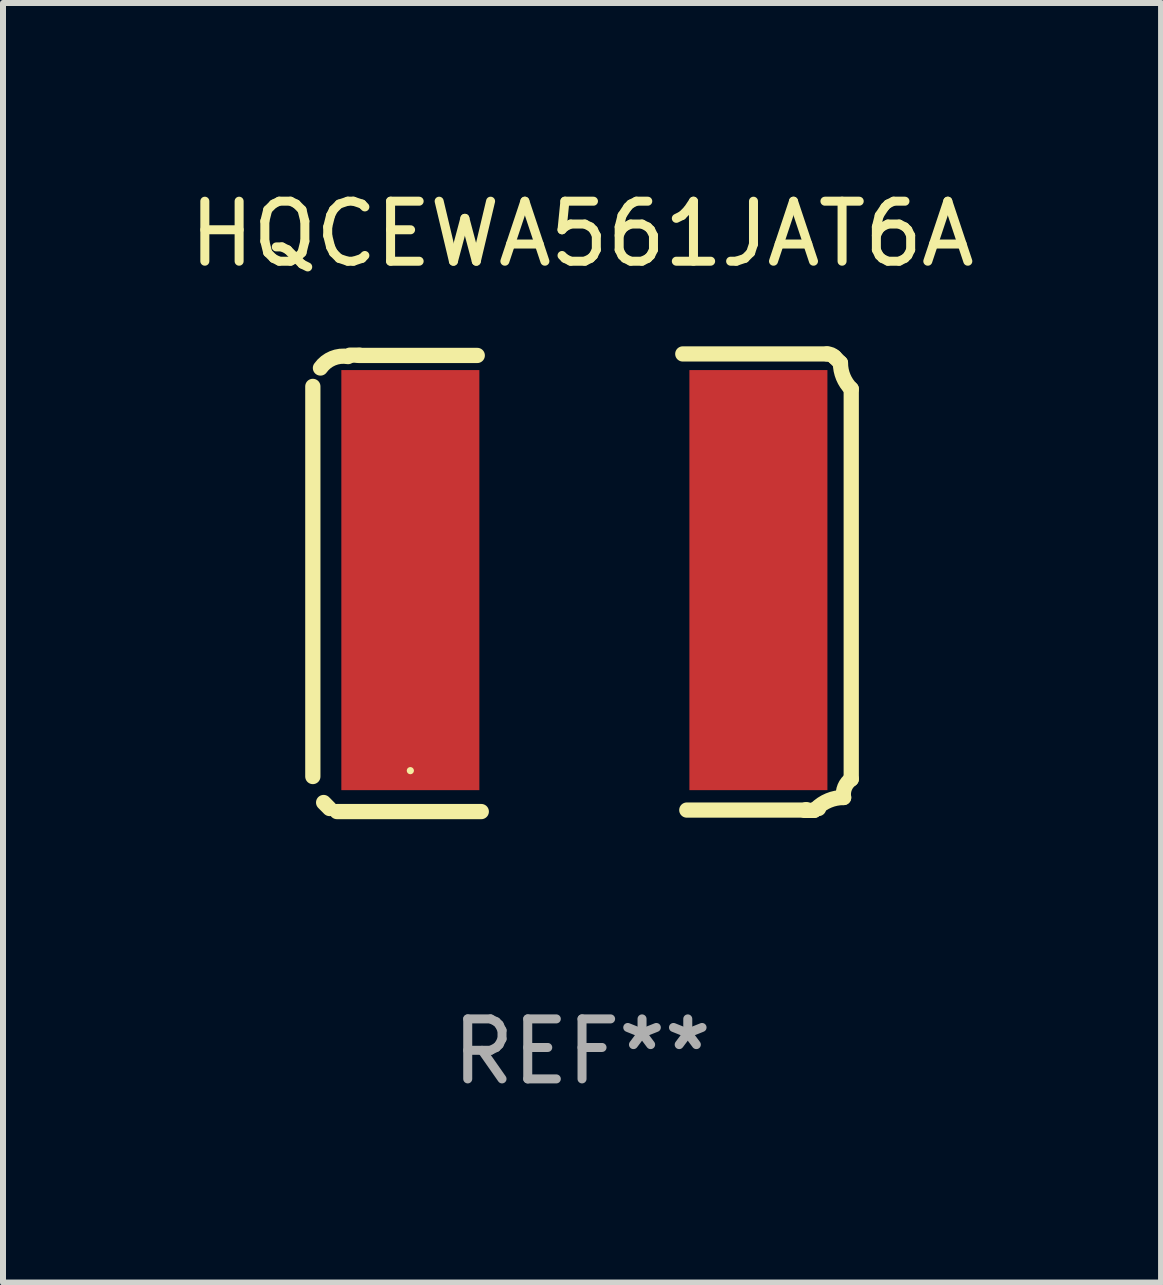
<source format=kicad_pcb>
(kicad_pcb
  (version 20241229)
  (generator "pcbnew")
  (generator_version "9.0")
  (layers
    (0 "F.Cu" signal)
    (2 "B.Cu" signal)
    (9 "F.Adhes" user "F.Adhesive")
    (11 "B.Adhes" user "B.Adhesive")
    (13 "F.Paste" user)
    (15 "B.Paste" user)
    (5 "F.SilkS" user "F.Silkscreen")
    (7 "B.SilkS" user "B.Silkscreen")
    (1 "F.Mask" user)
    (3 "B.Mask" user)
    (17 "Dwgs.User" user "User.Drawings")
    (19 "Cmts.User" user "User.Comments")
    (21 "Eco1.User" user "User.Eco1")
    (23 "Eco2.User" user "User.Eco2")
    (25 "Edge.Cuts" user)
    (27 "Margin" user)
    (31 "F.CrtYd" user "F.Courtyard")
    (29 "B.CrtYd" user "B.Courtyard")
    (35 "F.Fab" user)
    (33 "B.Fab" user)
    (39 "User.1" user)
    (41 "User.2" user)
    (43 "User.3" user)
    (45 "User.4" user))
  (footprint "HQCEWA561JAT6A"
    (layer "F.Cu")
    (at 6.649 6.661)
    (property "Reference" "HQCEWA561JAT6A" (at 0 -5.813 0) (layer "F.SilkS") (effects (font (size 1 1) (thickness 0.15))))
    (attr through_hole)
    (fp_line (start -4.486 -3.272) (end -4.486 3.229) (stroke (width 0.254) (type solid)) (layer "F.SilkS"))
    (fp_line (start -4.306 3.662) (end -4.207 3.762) (stroke (width 0.254) (type solid)) (layer "F.SilkS"))
    (fp_line (start -4.084 3.813) (end -1.679 3.813) (stroke (width 0.254) (type solid)) (layer "F.SilkS"))
    (fp_line (start -3.867 -3.793) (end -3.71 -3.793) (stroke (width 0.254) (type solid)) (layer "F.SilkS"))
    (fp_line (start -3.722 -3.788) (end -1.746 -3.788) (stroke (width 0.254) (type solid)) (layer "F.SilkS"))
    (fp_line (start 3.722 3.788) (end 1.746 3.788) (stroke (width 0.254) (type solid)) (layer "F.SilkS"))
    (fp_line (start 3.867 3.793) (end 3.71 3.793) (stroke (width 0.254) (type solid)) (layer "F.SilkS"))
    (fp_line (start 4.084 -3.813) (end 1.679 -3.813) (stroke (width 0.254) (type solid)) (layer "F.SilkS"))
    (fp_line (start 4.306 -3.662) (end 4.207 -3.762) (stroke (width 0.254) (type solid)) (layer "F.SilkS"))
    (fp_line (start 4.486 3.272) (end 4.486 -3.229) (stroke (width 0.254) (type solid)) (layer "F.SilkS"))
    (fp_arc (start -4.358992 -3.578563) (mid -4.156557 -3.740265) (end -3.899073 -3.769063) (stroke (width 0.254001) (type solid)) (layer "F.SilkS"))
    (fp_arc (start 3.721856 3.787782) (mid 3.728978 3.782092) (end 3.738037 3.781077) (stroke (width 0.254001) (type solid)) (layer "F.SilkS"))
    (fp_arc (start 3.867373 3.792659) (mid 3.900142 3.766484) (end 3.941821 3.761824) (stroke (width 0.254001) (type solid)) (layer "F.SilkS"))
    (fp_arc (start 3.899073 3.769063) (mid 4.110086 3.628071) (end 4.358992 3.578563) (stroke (width 0.254001) (type solid)) (layer "F.SilkS"))
    (fp_arc (start 4.08396 -3.812852) (mid 4.150327 -3.799647) (end 4.206591 -3.762052) (stroke (width 0.254001) (type solid)) (layer "F.SilkS"))
    (fp_arc (start 4.358992 3.578562) (mid 4.378192 3.406911) (end 4.485992 3.271959) (stroke (width 0.254001) (type solid)) (layer "F.SilkS"))
    (fp_arc (start 4.485992 -3.228651) (mid 4.353065 -3.42759) (end 4.306388 -3.662255) (stroke (width 0.254001) (type solid)) (layer "F.SilkS"))
    (fp_circle (center -2.861 3.131) (end -2.831 3.131) (stroke (width 0.06) (type solid)) (fill no) (layer "F.SilkS"))
    (fp_text user "REF**" (at 0 7.813 0) (layer "F.Fab") (effects (font (size 1 1) (thickness 0.15))))
    (pad "1" smd rect (at -2.861 -0.044) (size 2.3 7) (layers "F.Cu" "F.Mask" "F.Paste"))
    (pad "2" smd rect (at 2.939 -0.044) (size 2.3 7) (layers "F.Cu" "F.Mask" "F.Paste")))
  (gr_rect
    (start -3 -3)
    (end 16.298 18.322)
    (stroke (width 0.1) (type default))
    (fill no)
    (layer "Edge.Cuts")))
</source>
